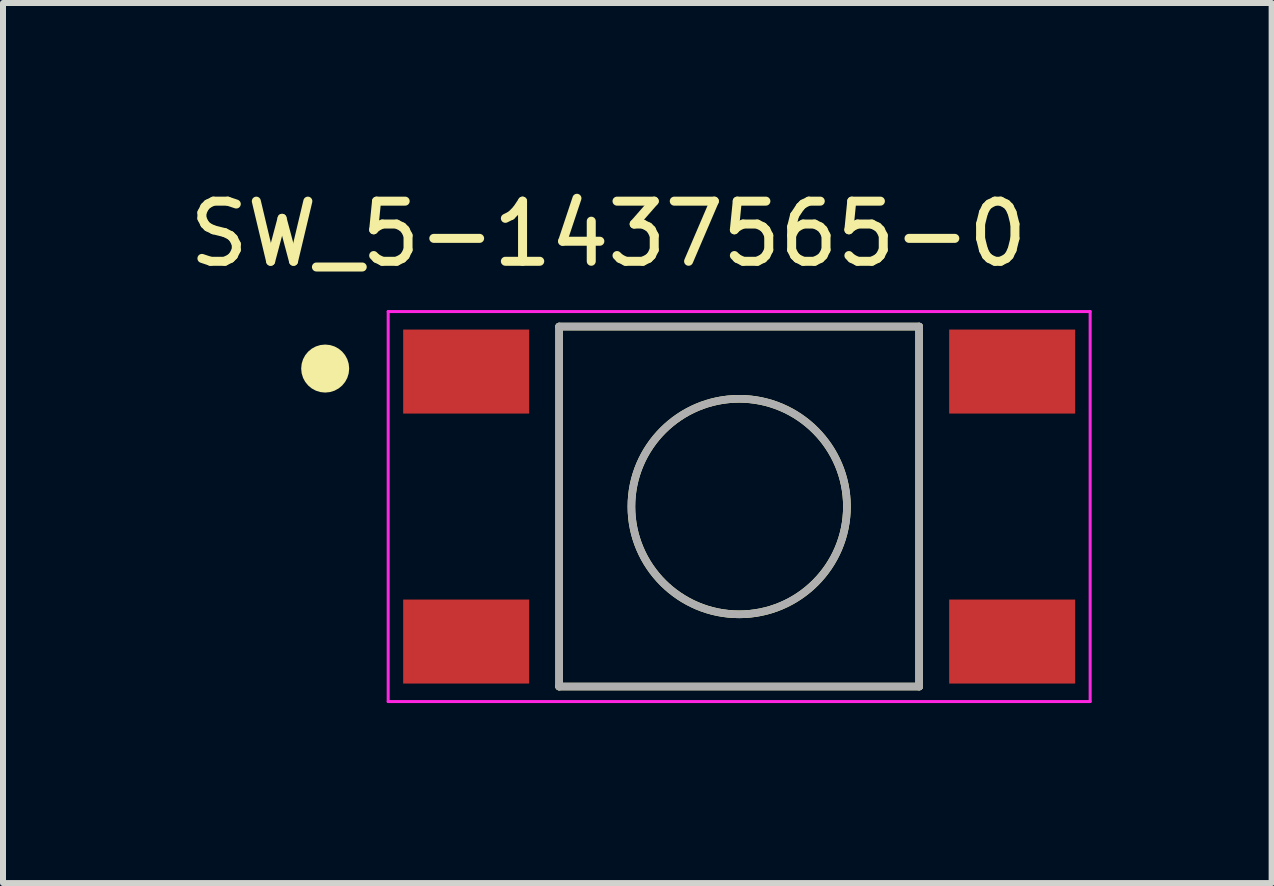
<source format=kicad_pcb>
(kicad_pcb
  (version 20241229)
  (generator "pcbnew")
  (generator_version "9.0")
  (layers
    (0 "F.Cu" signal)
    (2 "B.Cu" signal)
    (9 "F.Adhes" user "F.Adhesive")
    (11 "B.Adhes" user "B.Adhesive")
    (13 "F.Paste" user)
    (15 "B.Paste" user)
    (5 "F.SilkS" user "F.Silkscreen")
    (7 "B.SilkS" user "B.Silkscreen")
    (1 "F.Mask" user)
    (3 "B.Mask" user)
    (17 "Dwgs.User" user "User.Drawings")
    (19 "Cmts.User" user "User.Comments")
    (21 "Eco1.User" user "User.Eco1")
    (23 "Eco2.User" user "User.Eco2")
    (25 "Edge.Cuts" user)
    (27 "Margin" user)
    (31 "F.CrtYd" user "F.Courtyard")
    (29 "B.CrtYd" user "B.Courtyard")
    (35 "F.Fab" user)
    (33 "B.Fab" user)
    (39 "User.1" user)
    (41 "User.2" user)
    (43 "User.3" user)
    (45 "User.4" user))
  (footprint "SW_5-1437565-0"
    (layer "F.Cu")
    (at 9.27 5.393)
    (property "Reference" "SW_5-1437565-0" (at -2.179 -4.544 0) (layer "F.SilkS") (effects (font (size 1.002 1.002) (thickness 0.15))))
    (attr smd)
    (fp_line (start -3 -3) (end 3 -3) (stroke (width 0.127) (type solid)) (layer "F.SilkS"))
    (fp_line (start -3 3) (end -3 -3) (stroke (width 0.127) (type solid)) (layer "F.SilkS"))
    (fp_line (start 3 -3) (end 3 3) (stroke (width 0.127) (type solid)) (layer "F.SilkS"))
    (fp_line (start 3 3) (end -3 3) (stroke (width 0.127) (type solid)) (layer "F.SilkS"))
    (fp_circle (center -6.9 -2.3) (end -6.7 -2.3) (stroke (width 0.4) (type solid)) (fill no) (layer "F.SilkS"))
    (fp_circle (center 0 0) (end 1.796 0) (stroke (width 0.127) (type solid)) (fill no) (layer "F.SilkS"))
    (fp_line (start -5.85 -3.25) (end -5.85 3.25) (stroke (width 0.05) (type solid)) (layer "F.CrtYd"))
    (fp_line (start -5.85 3.25) (end 5.85 3.25) (stroke (width 0.05) (type solid)) (layer "F.CrtYd"))
    (fp_line (start 5.85 -3.25) (end -5.85 -3.25) (stroke (width 0.05) (type solid)) (layer "F.CrtYd"))
    (fp_line (start 5.85 3.25) (end 5.85 -3.25) (stroke (width 0.05) (type solid)) (layer "F.CrtYd"))
    (fp_line (start -3 -3) (end 3 -3) (stroke (width 0.127) (type solid)) (layer "F.Fab"))
    (fp_line (start -3 3) (end -3 -3) (stroke (width 0.127) (type solid)) (layer "F.Fab"))
    (fp_line (start 3 -3) (end 3 3) (stroke (width 0.127) (type solid)) (layer "F.Fab"))
    (fp_line (start 3 3) (end -3 3) (stroke (width 0.127) (type solid)) (layer "F.Fab"))
    (fp_circle (center 0 0) (end 1.796 0) (stroke (width 0.127) (type solid)) (fill no) (layer "F.Fab"))
    (pad "1" smd rect (at -4.55 -2.25 180) (size 2.1 1.4) (layers "F.Cu" "F.Mask" "F.Paste"))
    (pad "2" smd rect (at 4.55 -2.25 180) (size 2.1 1.4) (layers "F.Cu" "F.Mask" "F.Paste"))
    (pad "3" smd rect (at -4.55 2.25 180) (size 2.1 1.4) (layers "F.Cu" "F.Mask" "F.Paste"))
    (pad "4" smd rect (at 4.55 2.25 180) (size 2.1 1.4) (layers "F.Cu" "F.Mask" "F.Paste")))
  (gr_rect
    (start -3 -3)
    (end 18.145 11.668)
    (stroke (width 0.1) (type default))
    (fill no)
    (layer "Edge.Cuts")))
</source>
